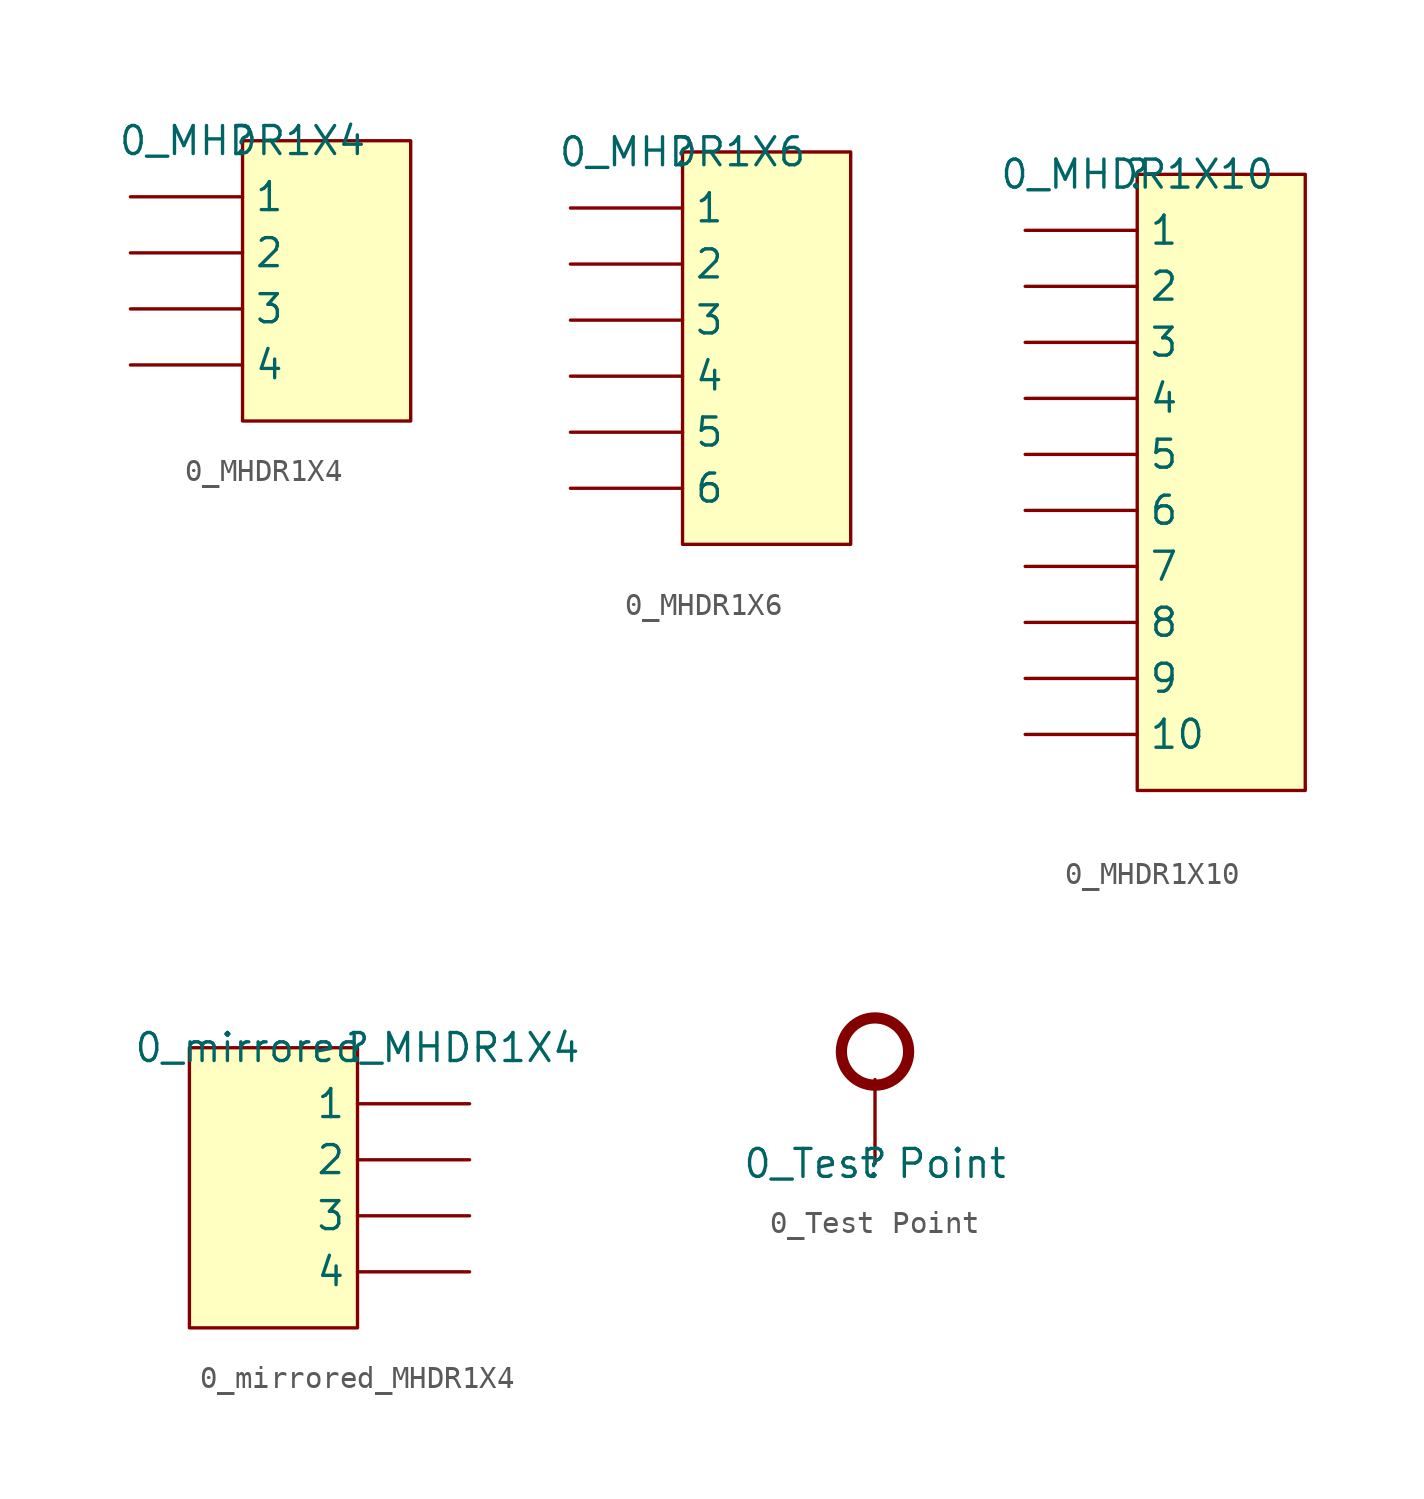
<source format=kicad_sym>
(kicad_symbol_lib
  (version 20211014)
  (generator kicad_symbol_editor)
  (symbol "0_MHDR1X4"
    (property "Reference" ""
      (at 0 0 0)
      (effects (font (size 1.27 1.27))))
    (property "Value" "0_MHDR1X4"
      (at 0 0 0)
      (effects (font (size 1.27 1.27))))
    (symbol "0_MHDR1X4_1_0"
      (rectangle (start 7.62 0) (end 0 -12.7) (stroke (width 0) (type default) (color 0 0 0 0)) (fill (type background)))
      (pin passive line (at -5.08 -2.54 0) (length 5.08) (name "1" (effects (font (size 1.27 1.27)))) (number "1" (effects (font (size 0 0)))))
      (pin passive line (at -5.08 -5.08 0) (length 5.08) (name "2" (effects (font (size 1.27 1.27)))) (number "2" (effects (font (size 0 0)))))
      (pin passive line (at -5.08 -7.62 0) (length 5.08) (name "3" (effects (font (size 1.27 1.27)))) (number "3" (effects (font (size 0 0)))))
      (pin passive line (at -5.08 -10.16 0) (length 5.08) (name "4" (effects (font (size 1.27 1.27)))) (number "4" (effects (font (size 0 0)))))))
  (symbol "0_MHDR1X6"
    (property "Reference" ""
      (at 0 0 0)
      (effects (font (size 1.27 1.27))))
    (property "Value" "0_MHDR1X6"
      (at 0 0 0)
      (effects (font (size 1.27 1.27))))
    (symbol "0_MHDR1X6_1_0"
      (rectangle (start 7.62 0) (end 0 -17.78) (stroke (width 0) (type default) (color 0 0 0 0)) (fill (type background)))
      (pin passive line (at -5.08 -2.54 0) (length 5.08) (name "1" (effects (font (size 1.27 1.27)))) (number "1" (effects (font (size 0 0)))))
      (pin passive line (at -5.08 -5.08 0) (length 5.08) (name "2" (effects (font (size 1.27 1.27)))) (number "2" (effects (font (size 0 0)))))
      (pin passive line (at -5.08 -7.62 0) (length 5.08) (name "3" (effects (font (size 1.27 1.27)))) (number "3" (effects (font (size 0 0)))))
      (pin passive line (at -5.08 -10.16 0) (length 5.08) (name "4" (effects (font (size 1.27 1.27)))) (number "4" (effects (font (size 0 0)))))
      (pin passive line (at -5.08 -12.7 0) (length 5.08) (name "5" (effects (font (size 1.27 1.27)))) (number "5" (effects (font (size 0 0)))))
      (pin passive line (at -5.08 -15.24 0) (length 5.08) (name "6" (effects (font (size 1.27 1.27)))) (number "6" (effects (font (size 0 0)))))))
  (symbol "0_MHDR1X10"
    (property "Reference" ""
      (at 0 0 0)
      (effects (font (size 1.27 1.27))))
    (property "Value" "0_MHDR1X10"
      (at 0 0 0)
      (effects (font (size 1.27 1.27))))
    (symbol "0_MHDR1X10_1_0"
      (rectangle (start 7.62 0) (end 0 -27.94) (stroke (width 0) (type default) (color 0 0 0 0)) (fill (type background)))
      (pin passive line (at -5.08 -2.54 0) (length 5.08) (name "1" (effects (font (size 1.27 1.27)))) (number "1" (effects (font (size 0 0)))))
      (pin passive line (at -5.08 -25.4 0) (length 5.08) (name "10" (effects (font (size 1.27 1.27)))) (number "10" (effects (font (size 0 0)))))
      (pin passive line (at -5.08 -5.08 0) (length 5.08) (name "2" (effects (font (size 1.27 1.27)))) (number "2" (effects (font (size 0 0)))))
      (pin passive line (at -5.08 -7.62 0) (length 5.08) (name "3" (effects (font (size 1.27 1.27)))) (number "3" (effects (font (size 0 0)))))
      (pin passive line (at -5.08 -10.16 0) (length 5.08) (name "4" (effects (font (size 1.27 1.27)))) (number "4" (effects (font (size 0 0)))))
      (pin passive line (at -5.08 -12.7 0) (length 5.08) (name "5" (effects (font (size 1.27 1.27)))) (number "5" (effects (font (size 0 0)))))
      (pin passive line (at -5.08 -15.24 0) (length 5.08) (name "6" (effects (font (size 1.27 1.27)))) (number "6" (effects (font (size 0 0)))))
      (pin passive line (at -5.08 -17.78 0) (length 5.08) (name "7" (effects (font (size 1.27 1.27)))) (number "7" (effects (font (size 0 0)))))
      (pin passive line (at -5.08 -20.32 0) (length 5.08) (name "8" (effects (font (size 1.27 1.27)))) (number "8" (effects (font (size 0 0)))))
      (pin passive line (at -5.08 -22.86 0) (length 5.08) (name "9" (effects (font (size 1.27 1.27)))) (number "9" (effects (font (size 0 0)))))))
  (symbol "0_mirrored_MHDR1X4"
    (property "Reference" ""
      (at 0 0 0)
      (effects (font (size 1.27 1.27))))
    (property "Value" "0_mirrored_MHDR1X4"
      (at 0 0 0)
      (effects (font (size 1.27 1.27))))
    (symbol "0_mirrored_MHDR1X4_1_0"
      (rectangle (start 0 0) (end -7.62 -12.7) (stroke (width 0) (type default) (color 0 0 0 0)) (fill (type background)))
      (pin passive line (at 5.08 -2.54 180) (length 5.08) (name "1" (effects (font (size 1.27 1.27)))) (number "1" (effects (font (size 0 0)))))
      (pin passive line (at 5.08 -5.08 180) (length 5.08) (name "2" (effects (font (size 1.27 1.27)))) (number "2" (effects (font (size 0 0)))))
      (pin passive line (at 5.08 -7.62 180) (length 5.08) (name "3" (effects (font (size 1.27 1.27)))) (number "3" (effects (font (size 0 0)))))
      (pin passive line (at 5.08 -10.16 180) (length 5.08) (name "4" (effects (font (size 1.27 1.27)))) (number "4" (effects (font (size 0 0)))))))
  (symbol "0_Test Point"
    (property "Reference" ""
      (at 0 0 0)
      (effects (font (size 1.27 1.27))))
    (property "Value" "0_Test Point"
      (at 0 0 0)
      (effects (font (size 1.27 1.27))))
    (symbol "0_Test Point_1_0"
      (circle (center 0 5.08) (radius 1.524) (stroke (width 0.508) (type default) (color 0 0 0 0)) (fill (type none)))
      (pin passive line (at 0 0 90) (length 3.81) (name "0" (effects (font (size 0 0)))) (number "0" (effects (font (size 0 0))))))))
</source>
